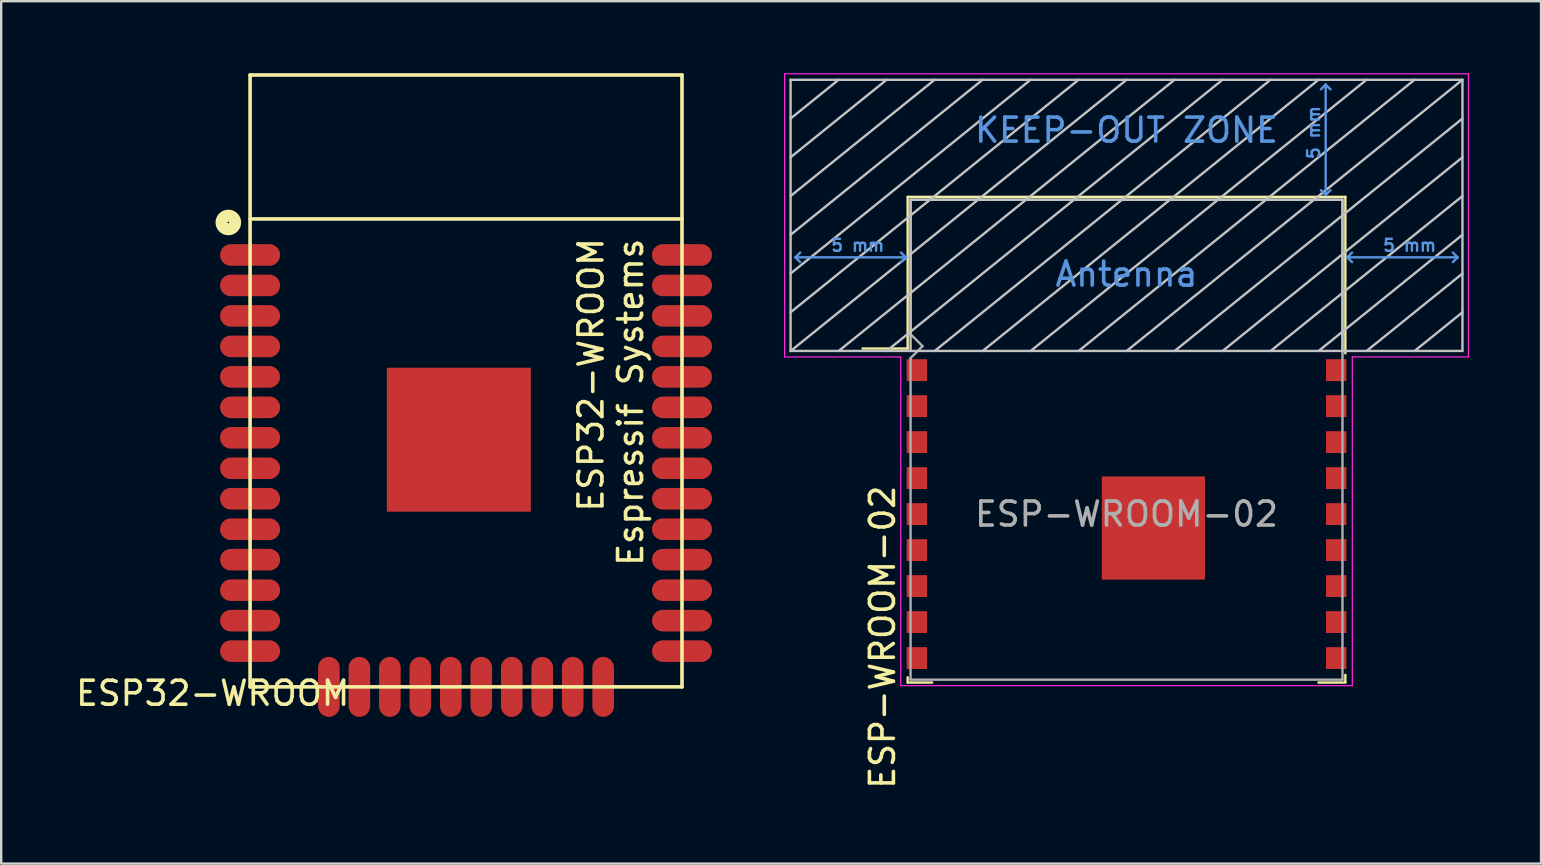
<source format=kicad_pcb>
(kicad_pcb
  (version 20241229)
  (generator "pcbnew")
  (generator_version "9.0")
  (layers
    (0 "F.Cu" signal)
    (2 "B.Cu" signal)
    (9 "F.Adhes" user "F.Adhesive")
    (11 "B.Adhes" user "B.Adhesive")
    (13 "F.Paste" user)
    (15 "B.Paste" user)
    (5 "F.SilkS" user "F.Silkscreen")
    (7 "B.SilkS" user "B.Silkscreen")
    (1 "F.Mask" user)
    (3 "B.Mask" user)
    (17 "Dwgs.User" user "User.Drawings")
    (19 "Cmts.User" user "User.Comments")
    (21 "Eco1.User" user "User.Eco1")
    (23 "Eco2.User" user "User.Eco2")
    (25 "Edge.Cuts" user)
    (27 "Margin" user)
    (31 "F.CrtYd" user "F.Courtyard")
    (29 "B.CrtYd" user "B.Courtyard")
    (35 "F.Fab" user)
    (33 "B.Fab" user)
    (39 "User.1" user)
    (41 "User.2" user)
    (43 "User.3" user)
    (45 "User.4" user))
  (footprint "ESP-WROOM-02"
    (layer "F.Cu")
    (at 43.897 18.375)
    (property "Reference" "ESP-WROOM-02" (at -10.17 5.13 90) (layer "F.SilkS") (effects (font (size 1 1) (thickness 0.15))))
    (attr smd)
    (fp_line (start -9.12 -13.22) (end -9.12 -6.9) (stroke (width 0.1) (type solid)) (layer "F.SilkS"))
    (fp_line (start -9.12 -13.22) (end 9.12 -13.22) (stroke (width 0.1) (type solid)) (layer "F.SilkS"))
    (fp_line (start -9.12 -6.9) (end -11 -6.9) (stroke (width 0.1) (type solid)) (layer "F.SilkS"))
    (fp_line (start -9.12 6.8) (end -9.12 7.02) (stroke (width 0.1) (type solid)) (layer "F.SilkS"))
    (fp_line (start -9.12 7.02) (end -8.1 7.02) (stroke (width 0.1) (type solid)) (layer "F.SilkS"))
    (fp_line (start 8 7.02) (end 9.12 7.02) (stroke (width 0.1) (type solid)) (layer "F.SilkS"))
    (fp_line (start 9.12 -13.22) (end 9.12 -6.7) (stroke (width 0.1) (type solid)) (layer "F.SilkS"))
    (fp_line (start 9.12 6.7) (end 9.12 7) (stroke (width 0.1) (type solid)) (layer "F.SilkS"))
    (fp_line (start -14 -6.8) (end -14 -18.1) (stroke (width 0.1) (type solid)) (layer "Dwgs.User"))
    (fp_line (start -12 -18.1) (end -14 -16.485) (stroke (width 0.1) (type solid)) (layer "Dwgs.User"))
    (fp_line (start -10 -18.1) (end -14 -14.87) (stroke (width 0.1) (type solid)) (layer "Dwgs.User"))
    (fp_line (start -9 -13.1) (end 9 -13.1) (stroke (width 0.1) (type solid)) (layer "Dwgs.User"))
    (fp_line (start -9 -6.8) (end -9 -13.1) (stroke (width 0.1) (type solid)) (layer "Dwgs.User"))
    (fp_line (start -8 -18.1) (end -14 -13.255) (stroke (width 0.1) (type solid)) (layer "Dwgs.User"))
    (fp_line (start -8 -6.795) (end 6 -18.1) (stroke (width 0.1) (type solid)) (layer "Dwgs.User"))
    (fp_line (start -6 -18.1) (end -14 -11.64) (stroke (width 0.1) (type solid)) (layer "Dwgs.User"))
    (fp_line (start -4 -18.1) (end -14 -10.025) (stroke (width 0.1) (type solid)) (layer "Dwgs.User"))
    (fp_line (start -2 -18.1) (end -14 -8.41) (stroke (width 0.1) (type solid)) (layer "Dwgs.User"))
    (fp_line (start 0 -18.1) (end -14 -6.795) (stroke (width 0.1) (type solid)) (layer "Dwgs.User"))
    (fp_line (start 2 -18.1) (end -12 -6.795) (stroke (width 0.1) (type solid)) (layer "Dwgs.User"))
    (fp_line (start 4 -18.1) (end -10 -6.795) (stroke (width 0.1) (type solid)) (layer "Dwgs.User"))
    (fp_line (start 8 -18.1) (end -6 -6.795) (stroke (width 0.1) (type solid)) (layer "Dwgs.User"))
    (fp_line (start 9 -13.1) (end 9 -6.78) (stroke (width 0.1) (type solid)) (layer "Dwgs.User"))
    (fp_line (start 10 -18.1) (end -4 -6.795) (stroke (width 0.1) (type solid)) (layer "Dwgs.User"))
    (fp_line (start 12 -18.1) (end -2 -6.795) (stroke (width 0.1) (type solid)) (layer "Dwgs.User"))
    (fp_line (start 14 -18.1) (end -14 -18.1) (stroke (width 0.1) (type solid)) (layer "Dwgs.User"))
    (fp_line (start 14 -18.1) (end 0 -6.795) (stroke (width 0.1) (type solid)) (layer "Dwgs.User"))
    (fp_line (start 14 -16.485) (end 2 -6.795) (stroke (width 0.1) (type solid)) (layer "Dwgs.User"))
    (fp_line (start 14 -14.87) (end 4 -6.795) (stroke (width 0.1) (type solid)) (layer "Dwgs.User"))
    (fp_line (start 14 -13.255) (end 6 -6.795) (stroke (width 0.1) (type solid)) (layer "Dwgs.User"))
    (fp_line (start 14 -11.64) (end 8 -6.795) (stroke (width 0.1) (type solid)) (layer "Dwgs.User"))
    (fp_line (start 14 -10.025) (end 10 -6.795) (stroke (width 0.1) (type solid)) (layer "Dwgs.User"))
    (fp_line (start 14 -8.41) (end 12 -6.795) (stroke (width 0.1) (type solid)) (layer "Dwgs.User"))
    (fp_line (start 14 -6.8) (end -14 -6.8) (stroke (width 0.1) (type solid)) (layer "Dwgs.User"))
    (fp_line (start 14 -6.8) (end 14 -18.1) (stroke (width 0.1) (type solid)) (layer "Dwgs.User"))
    (fp_line (start -13.8 -10.7) (end -13.6 -10.9) (stroke (width 0.1) (type solid)) (layer "Cmts.User"))
    (fp_line (start -13.8 -10.7) (end -13.6 -10.5) (stroke (width 0.1) (type solid)) (layer "Cmts.User"))
    (fp_line (start -13.8 -10.7) (end -9.2 -10.7) (stroke (width 0.1) (type solid)) (layer "Cmts.User"))
    (fp_line (start -9.2 -10.7) (end -9.4 -10.9) (stroke (width 0.1) (type solid)) (layer "Cmts.User"))
    (fp_line (start -9.2 -10.7) (end -9.4 -10.5) (stroke (width 0.1) (type solid)) (layer "Cmts.User"))
    (fp_line (start 8.3 -17.9) (end 8.1 -17.7) (stroke (width 0.1) (type solid)) (layer "Cmts.User"))
    (fp_line (start 8.3 -17.9) (end 8.5 -17.7) (stroke (width 0.1) (type solid)) (layer "Cmts.User"))
    (fp_line (start 8.3 -13.3) (end 8.1 -13.5) (stroke (width 0.1) (type solid)) (layer "Cmts.User"))
    (fp_line (start 8.3 -13.3) (end 8.3 -17.9) (stroke (width 0.1) (type solid)) (layer "Cmts.User"))
    (fp_line (start 8.3 -13.3) (end 8.5 -13.5) (stroke (width 0.1) (type solid)) (layer "Cmts.User"))
    (fp_line (start 9.2 -10.7) (end 9.4 -10.9) (stroke (width 0.1) (type solid)) (layer "Cmts.User"))
    (fp_line (start 9.2 -10.7) (end 9.4 -10.5) (stroke (width 0.1) (type solid)) (layer "Cmts.User"))
    (fp_line (start 9.2 -10.7) (end 13.8 -10.7) (stroke (width 0.1) (type solid)) (layer "Cmts.User"))
    (fp_line (start 13.8 -10.7) (end 13.6 -10.9) (stroke (width 0.1) (type solid)) (layer "Cmts.User"))
    (fp_line (start 13.8 -10.7) (end 13.6 -10.5) (stroke (width 0.1) (type solid)) (layer "Cmts.User"))
    (fp_line (start -14.25 -18.35) (end -14.25 -6.55) (stroke (width 0.05) (type solid)) (layer "F.CrtYd"))
    (fp_line (start -14.25 -18.35) (end 14.25 -18.35) (stroke (width 0.05) (type solid)) (layer "F.CrtYd"))
    (fp_line (start -14.25 -6.55) (end -9.41 -6.55) (stroke (width 0.05) (type solid)) (layer "F.CrtYd"))
    (fp_line (start -9.41 7.15) (end -9.41 -6.55) (stroke (width 0.05) (type solid)) (layer "F.CrtYd"))
    (fp_line (start -9.41 7.15) (end 9.41 7.15) (stroke (width 0.05) (type solid)) (layer "F.CrtYd"))
    (fp_line (start 9.41 -6.55) (end 9.41 7.15) (stroke (width 0.05) (type solid)) (layer "F.CrtYd"))
    (fp_line (start 9.41 -6.55) (end 14.25 -6.55) (stroke (width 0.05) (type solid)) (layer "F.CrtYd"))
    (fp_line (start 14.25 -18.35) (end 14.25 -6.55) (stroke (width 0.05) (type solid)) (layer "F.CrtYd"))
    (fp_line (start -9 -13.1) (end -9 -7.5) (stroke (width 0.1) (type solid)) (layer "F.Fab"))
    (fp_line (start -9 -13.1) (end 9 -13.1) (stroke (width 0.1) (type solid)) (layer "F.Fab"))
    (fp_line (start -9 -7.5) (end -8.5 -7) (stroke (width 0.1) (type solid)) (layer "F.Fab"))
    (fp_line (start -9 -6.5) (end -9 6.9) (stroke (width 0.1) (type solid)) (layer "F.Fab"))
    (fp_line (start -9 6.9) (end 9 6.9) (stroke (width 0.1) (type solid)) (layer "F.Fab"))
    (fp_line (start -8.5 -7) (end -9 -6.5) (stroke (width 0.1) (type solid)) (layer "F.Fab"))
    (fp_line (start 9 6.9) (end 9 -13.1) (stroke (width 0.1) (type solid)) (layer "F.Fab"))
    (fp_text user "KEEP-OUT ZONE" (at 0 -16 0) (layer "Cmts.User") (effects (font (size 1 1) (thickness 0.15))))
    (fp_text user "5 mm" (at 7.8 -15.9 90) (layer "Cmts.User") (effects (font (size 0.5 0.5) (thickness 0.1))))
    (fp_text user "5 mm" (at 11.8 -11.2 0) (layer "Cmts.User") (effects (font (size 0.5 0.5) (thickness 0.1))))
    (fp_text user "Antenna" (at 0 -10 0) (layer "Cmts.User") (effects (font (size 1 1) (thickness 0.15))))
    (fp_text user "5 mm" (at -11.2 -11.2 0) (layer "Cmts.User") (effects (font (size 0.5 0.5) (thickness 0.1))))
    (fp_text user "${REFERENCE}" (at 0 0 0) (layer "F.Fab") (effects (font (size 1 1) (thickness 0.15))))
    (pad "1" smd rect (at -8.738 -6) (size 0.85 0.912) (layers "F.Cu" "F.Mask" "F.Paste"))
    (pad "2" smd rect (at -8.738 -4.5) (size 0.85 0.912) (layers "F.Cu" "F.Mask" "F.Paste"))
    (pad "3" smd rect (at -8.738 -3) (size 0.85 0.912) (layers "F.Cu" "F.Mask" "F.Paste"))
    (pad "4" smd rect (at -8.738 -1.5) (size 0.85 0.912) (layers "F.Cu" "F.Mask" "F.Paste"))
    (pad "5" smd rect (at -8.738 0) (size 0.85 0.912) (layers "F.Cu" "F.Mask" "F.Paste"))
    (pad "6" smd rect (at -8.738 1.5) (size 0.85 0.912) (layers "F.Cu" "F.Mask" "F.Paste"))
    (pad "7" smd rect (at -8.738 3) (size 0.85 0.912) (layers "F.Cu" "F.Mask" "F.Paste"))
    (pad "8" smd rect (at -8.738 4.5) (size 0.85 0.912) (layers "F.Cu" "F.Mask" "F.Paste"))
    (pad "9" smd rect (at -8.738 6) (size 0.85 0.912) (layers "F.Cu" "F.Mask" "F.Paste"))
    (pad "10" smd rect (at 8.738 6) (size 0.85 0.912) (layers "F.Cu" "F.Mask" "F.Paste"))
    (pad "11" smd rect (at 8.738 4.5) (size 0.85 0.912) (layers "F.Cu" "F.Mask" "F.Paste"))
    (pad "12" smd rect (at 8.738 3) (size 0.85 0.912) (layers "F.Cu" "F.Mask" "F.Paste"))
    (pad "13" smd rect (at 8.738 1.5) (size 0.85 0.912) (layers "F.Cu" "F.Mask" "F.Paste"))
    (pad "14" smd rect (at 8.738 0) (size 0.85 0.912) (layers "F.Cu" "F.Mask" "F.Paste"))
    (pad "15" smd rect (at 8.738 -1.5) (size 0.85 0.912) (layers "F.Cu" "F.Mask" "F.Paste"))
    (pad "16" smd rect (at 8.738 -3) (size 0.85 0.912) (layers "F.Cu" "F.Mask" "F.Paste"))
    (pad "17" smd rect (at 8.738 -4.5) (size 0.85 0.912) (layers "F.Cu" "F.Mask" "F.Paste"))
    (pad "18" smd rect (at 8.738 -6) (size 0.85 0.912) (layers "F.Cu" "F.Mask" "F.Paste"))
    (pad "PAD" smd rect (at 1.12 0.58) (size 4.3 4.3) (layers "F.Cu" "F.Mask" "F.Paste")))
  (footprint "ESP32-WROOM"
    (layer "F.Cu")
    (at 17.372 16.825)
    (property "Reference" "ESP32-WROOM" (at -11.557 9.017 0) (layer "F.SilkS") (effects (font (size 1 1) (thickness 0.15))))
    (attr through_hole)
    (fp_line (start -10 -16.75) (end -10 8.75) (stroke (width 0.15) (type solid)) (layer "F.SilkS"))
    (fp_line (start 8 -16.75) (end -10 -16.75) (stroke (width 0.15) (type solid)) (layer "F.SilkS"))
    (fp_line (start 8 -16.75) (end 8 8.75) (stroke (width 0.15) (type solid)) (layer "F.SilkS"))
    (fp_line (start 8 -10.75) (end -10 -10.75) (stroke (width 0.15) (type solid)) (layer "F.SilkS"))
    (fp_line (start 8 8.75) (end -10 8.75) (stroke (width 0.15) (type solid)) (layer "F.SilkS"))
    (fp_circle (center -10.906 -10.604) (end -11.033 -10.858) (stroke (width 0.5) (type solid)) (fill no) (layer "F.SilkS"))
    (fp_text user "ESP32-WROOM" (at 4.207 -4.254 270) (layer "F.SilkS") (effects (font (size 1 1) (thickness 0.15))))
    (fp_text user "Espressif Systems" (at 5.858 -3.111 270) (layer "F.SilkS") (effects (font (size 1 1) (thickness 0.15))))
    (pad "5" smd oval (at -10 -5.44 180) (size 2.5 0.9) (layers "F.Cu" "F.Mask" "F.Paste"))
    (pad "8" smd oval (at -10 -4.17 180) (size 2.5 0.9) (layers "F.Cu" "F.Mask" "F.Paste"))
    (pad "9" smd oval (at -10 -6.71 180) (size 2.5 0.9) (layers "F.Cu" "F.Mask" "F.Paste"))
    (pad "10" smd oval (at -10 -2.9 180) (size 2.5 0.9) (layers "F.Cu" "F.Mask" "F.Paste"))
    (pad "11" smd oval (at -10 -1.63 180) (size 2.5 0.9) (layers "F.Cu" "F.Mask" "F.Paste"))
    (pad "12" smd oval (at -10 -0.36 180) (size 2.5 0.9) (layers "F.Cu" "F.Mask" "F.Paste"))
    (pad "13" smd oval (at -10 0.91 180) (size 2.5 0.9) (layers "F.Cu" "F.Mask" "F.Paste"))
    (pad "14" smd oval (at -10 2.18 180) (size 2.5 0.9) (layers "F.Cu" "F.Mask" "F.Paste"))
    (pad "15" smd oval (at -10 3.45 180) (size 2.5 0.9) (layers "F.Cu" "F.Mask" "F.Paste"))
    (pad "16" smd oval (at -10 4.72 180) (size 2.5 0.9) (layers "F.Cu" "F.Mask" "F.Paste"))
    (pad "17" smd oval (at -10 5.99 180) (size 2.5 0.9) (layers "F.Cu" "F.Mask" "F.Paste"))
    (pad "18" smd oval (at -10 7.26 180) (size 2.5 0.9) (layers "F.Cu" "F.Mask" "F.Paste"))
    (pad "20" smd oval (at -5.445 8.75 180) (size 0.9 2.5) (layers "F.Cu" "F.Mask" "F.Paste"))
    (pad "21" smd oval (at 3.445 8.75 180) (size 0.9 2.5) (layers "F.Cu" "F.Mask" "F.Paste"))
    (pad "22" smd oval (at 4.715 8.75 180) (size 0.9 2.5) (layers "F.Cu" "F.Mask" "F.Paste"))
    (pad "23" smd oval (at 8 7.26 180) (size 2.5 0.9) (layers "F.Cu" "F.Mask" "F.Paste"))
    (pad "24" smd oval (at 8 5.99 180) (size 2.5 0.9) (layers "F.Cu" "F.Mask" "F.Paste"))
    (pad "25" smd oval (at 8 4.72 180) (size 2.5 0.9) (layers "F.Cu" "F.Mask" "F.Paste"))
    (pad "27" smd oval (at 8 3.45 180) (size 2.5 0.9) (layers "F.Cu" "F.Mask" "F.Paste"))
    (pad "28" smd oval (at -4.175 8.75 180) (size 0.9 2.5) (layers "F.Cu" "F.Mask" "F.Paste"))
    (pad "29" smd oval (at -2.905 8.75 180) (size 0.9 2.5) (layers "F.Cu" "F.Mask" "F.Paste"))
    (pad "30" smd oval (at -1.635 8.75 180) (size 0.9 2.5) (layers "F.Cu" "F.Mask" "F.Paste"))
    (pad "31" smd oval (at -0.365 8.75 180) (size 0.9 2.5) (layers "F.Cu" "F.Mask" "F.Paste"))
    (pad "32" smd oval (at 0.905 8.75 180) (size 0.9 2.5) (layers "F.Cu" "F.Mask" "F.Paste"))
    (pad "33" smd oval (at 2.175 8.75 180) (size 0.9 2.5) (layers "F.Cu" "F.Mask" "F.Paste"))
    (pad "34" smd oval (at 8 2.18 180) (size 2.5 0.9) (layers "F.Cu" "F.Mask" "F.Paste"))
    (pad "35" smd oval (at 8 0.91 180) (size 2.5 0.9) (layers "F.Cu" "F.Mask" "F.Paste"))
    (pad "36" smd oval (at 8 -7.98 180) (size 2.5 0.9) (layers "F.Cu" "F.Mask" "F.Paste"))
    (pad "38" smd oval (at 8 -0.36 180) (size 2.5 0.9) (layers "F.Cu" "F.Mask" "F.Paste"))
    (pad "39" smd oval (at 8 -6.71 180) (size 2.5 0.9) (layers "F.Cu" "F.Mask" "F.Paste"))
    (pad "40" smd oval (at 8 -4.17 180) (size 2.5 0.9) (layers "F.Cu" "F.Mask" "F.Paste"))
    (pad "41" smd oval (at 8 -5.44 180) (size 2.5 0.9) (layers "F.Cu" "F.Mask" "F.Paste"))
    (pad "42" smd oval (at 8 -2.9 180) (size 2.5 0.9) (layers "F.Cu" "F.Mask" "F.Paste"))
    (pad "G1" smd oval (at -10 -9.25 180) (size 2.5 0.9) (layers "F.Cu" "F.Mask" "F.Paste"))
    (pad "G2" smd oval (at -6.715 8.75 180) (size 0.9 2.5) (layers "F.Cu" "F.Mask" "F.Paste"))
    (pad "G3" smd oval (at 8 -9.25 180) (size 2.5 0.9) (layers "F.Cu" "F.Mask" "F.Paste"))
    (pad "G4" smd rect (at -1.3 -1.55 180) (size 6 6) (layers "F.Cu" "F.Mask" "F.Paste"))
    (pad "NC" smd oval (at 8 -1.63 180) (size 2.5 0.9) (layers "F.Cu" "F.Mask" "F.Paste"))
    (pad "U1" smd oval (at -10 -7.98 180) (size 2.5 0.9) (layers "F.Cu" "F.Mask" "F.Paste")))
  (gr_rect
    (start -3 -3)
    (end 61.172 32.94)
    (stroke (width 0.1) (type default))
    (fill no)
    (layer "Edge.Cuts")))
</source>
